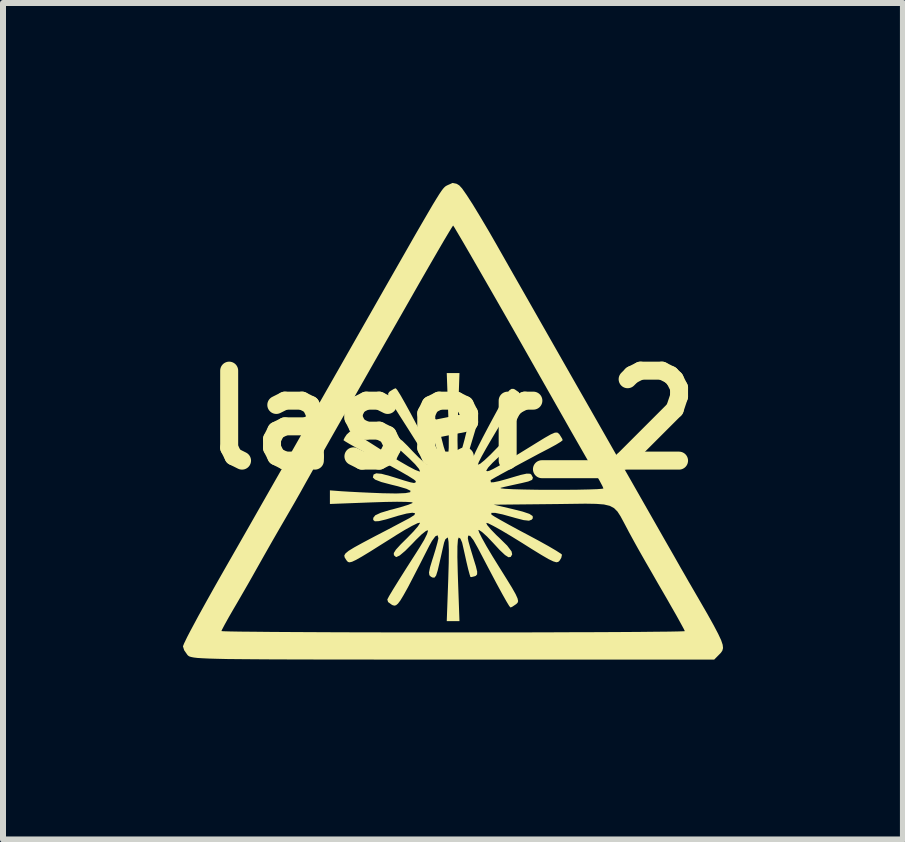
<source format=kicad_pcb>
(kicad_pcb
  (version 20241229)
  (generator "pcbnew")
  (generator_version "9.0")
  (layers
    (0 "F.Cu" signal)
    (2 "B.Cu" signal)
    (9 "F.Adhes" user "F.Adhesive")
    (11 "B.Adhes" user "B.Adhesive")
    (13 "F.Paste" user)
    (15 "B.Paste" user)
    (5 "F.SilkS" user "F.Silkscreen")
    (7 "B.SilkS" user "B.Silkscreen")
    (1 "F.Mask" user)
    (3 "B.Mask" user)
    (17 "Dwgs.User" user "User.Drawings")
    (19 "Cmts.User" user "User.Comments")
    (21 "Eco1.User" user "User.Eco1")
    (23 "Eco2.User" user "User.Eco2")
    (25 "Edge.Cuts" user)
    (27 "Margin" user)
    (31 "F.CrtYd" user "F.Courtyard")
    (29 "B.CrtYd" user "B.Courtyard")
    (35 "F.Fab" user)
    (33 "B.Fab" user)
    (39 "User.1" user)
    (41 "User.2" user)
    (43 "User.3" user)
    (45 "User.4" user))
  (footprint "laser_2"
    (layer "F.Cu")
    (at 4.485 3.951)
    (property "Reference" "laser_2" (at 0 0 0) (layer "F.SilkS") (effects (font (size 1.5 1.5) (thickness 0.3))))
    (attr board_only exclude_from_pos_files exclude_from_bom)
    (fp_poly (pts (xy 0.075 -3.938) (xy 0.122 -3.91) (xy 0.168 -3.86) (xy 0.245 -3.75) (xy 0.349 -3.589) (xy 0.474 -3.383) (xy 0.618 -3.14) (xy 0.737 -2.933) (xy 0.984 -2.498) (xy 1.239 -2.051) (xy 1.498 -1.596) (xy 1.759 -1.138) (xy 2.018 -0.683) (xy 2.274 -0.235) (xy 2.522 0.2) (xy 2.76 0.618) (xy 2.985 1.012) (xy 3.194 1.379) (xy 3.384 1.712) (xy 3.552 2.007) (xy 3.696 2.258) (xy 3.811 2.461) (xy 3.897 2.61) (xy 3.948 2.7) (xy 3.956 2.713) (xy 4.126 3.006) (xy 4.261 3.24) (xy 4.364 3.425) (xy 4.438 3.566) (xy 4.487 3.671) (xy 4.513 3.748) (xy 4.519 3.803) (xy 4.508 3.845) (xy 4.484 3.881) (xy 4.451 3.915) (xy 4.372 3.995) (xy 0.019 3.995) (xy -0.646 3.995) (xy -1.239 3.995) (xy -1.765 3.994) (xy -2.229 3.994) (xy -2.633 3.993) (xy -2.982 3.992) (xy -3.281 3.99) (xy -3.534 3.988) (xy -3.744 3.986) (xy -3.915 3.982) (xy -4.053 3.978) (xy -4.16 3.973) (xy -4.242 3.968) (xy -4.301 3.961) (xy -4.343 3.953) (xy -4.372 3.945) (xy -4.391 3.935) (xy -4.404 3.924) (xy -4.409 3.919) (xy -4.465 3.839) (xy -4.485 3.774) (xy -4.466 3.726) (xy -4.415 3.62) (xy -4.363 3.52) (xy -3.844 3.52) (xy -3.807 3.523) (xy -3.7 3.526) (xy -3.527 3.529) (xy -3.294 3.531) (xy -3.006 3.534) (xy -2.667 3.536) (xy -2.282 3.538) (xy -1.857 3.54) (xy -1.397 3.541) (xy -0.906 3.542) (xy -0.389 3.542) (xy 0.019 3.542) (xy 0.551 3.542) (xy 1.062 3.542) (xy 1.546 3.541) (xy 1.999 3.539) (xy 2.415 3.538) (xy 2.789 3.536) (xy 3.116 3.534) (xy 3.392 3.531) (xy 3.611 3.529) (xy 3.769 3.526) (xy 3.86 3.523) (xy 3.882 3.521) (xy 3.864 3.483) (xy 3.814 3.391) (xy 3.74 3.257) (xy 3.646 3.093) (xy 3.584 2.984) (xy 3.436 2.729) (xy 3.321 2.528) (xy 3.23 2.371) (xy 3.159 2.246) (xy 3.101 2.144) (xy 3.05 2.052) (xy 3 1.961) (xy 2.945 1.86) (xy 2.938 1.846) (xy 2.867 1.712) (xy 2.81 1.606) (xy 2.759 1.527) (xy 2.702 1.47) (xy 2.63 1.432) (xy 2.533 1.409) (xy 2.402 1.399) (xy 2.225 1.396) (xy 1.993 1.399) (xy 1.697 1.403) (xy 1.676 1.403) (xy 0.697 1.413) (xy 0.999 1.483) (xy 1.178 1.528) (xy 1.291 1.566) (xy 1.345 1.602) (xy 1.348 1.639) (xy 1.329 1.663) (xy 1.283 1.68) (xy 1.194 1.67) (xy 1.051 1.633) (xy 1.024 1.625) (xy 0.844 1.575) (xy 0.72 1.549) (xy 0.656 1.549) (xy 0.657 1.576) (xy 0.661 1.58) (xy 0.705 1.609) (xy 0.804 1.666) (xy 0.946 1.745) (xy 1.119 1.839) (xy 1.261 1.914) (xy 1.447 2.014) (xy 1.609 2.104) (xy 1.735 2.178) (xy 1.813 2.228) (xy 1.834 2.246) (xy 1.822 2.3) (xy 1.794 2.346) (xy 1.771 2.367) (xy 1.74 2.373) (xy 1.689 2.358) (xy 1.61 2.32) (xy 1.493 2.252) (xy 1.33 2.152) (xy 1.17 2.051) (xy 0.985 1.937) (xy 0.822 1.84) (xy 0.692 1.768) (xy 0.605 1.724) (xy 0.571 1.716) (xy 0.586 1.751) (xy 0.646 1.823) (xy 0.739 1.919) (xy 0.786 1.963) (xy 0.921 2.096) (xy 0.993 2.191) (xy 1.004 2.242) (xy 0.979 2.284) (xy 0.942 2.289) (xy 0.884 2.252) (xy 0.795 2.168) (xy 0.686 2.05) (xy 0.585 1.944) (xy 0.502 1.869) (xy 0.45 1.834) (xy 0.44 1.835) (xy 0.453 1.876) (xy 0.5 1.97) (xy 0.576 2.106) (xy 0.675 2.272) (xy 0.781 2.443) (xy 0.909 2.648) (xy 1.001 2.798) (xy 1.061 2.904) (xy 1.093 2.975) (xy 1.103 3.02) (xy 1.093 3.049) (xy 1.07 3.071) (xy 1.006 3.114) (xy 0.977 3.127) (xy 0.955 3.103) (xy 0.91 3.029) (xy 0.838 2.901) (xy 0.738 2.717) (xy 0.608 2.471) (xy 0.446 2.162) (xy 0.434 2.139) (xy 0.358 2.004) (xy 0.303 1.933) (xy 0.271 1.928) (xy 0.264 1.969) (xy 0.275 2.026) (xy 0.305 2.133) (xy 0.346 2.269) (xy 0.355 2.299) (xy 0.399 2.441) (xy 0.42 2.528) (xy 0.419 2.575) (xy 0.397 2.599) (xy 0.383 2.605) (xy 0.324 2.62) (xy 0.308 2.618) (xy 0.295 2.579) (xy 0.27 2.487) (xy 0.242 2.369) (xy 0.211 2.229) (xy 0.184 2.109) (xy 0.169 2.044) (xy 0.14 1.978) (xy 0.112 1.96) (xy 0.099 1.997) (xy 0.091 2.107) (xy 0.09 2.286) (xy 0.096 2.534) (xy 0.1 2.657) (xy 0.125 3.354) (xy 0.019 3.354) (xy -0.087 3.354) (xy -0.062 2.657) (xy -0.054 2.382) (xy -0.052 2.173) (xy -0.057 2.034) (xy -0.068 1.966) (xy -0.074 1.96) (xy -0.111 1.991) (xy -0.131 2.044) (xy -0.15 2.125) (xy -0.178 2.25) (xy -0.205 2.369) (xy -0.239 2.513) (xy -0.265 2.595) (xy -0.292 2.629) (xy -0.325 2.627) (xy -0.352 2.613) (xy -0.377 2.588) (xy -0.383 2.542) (xy -0.366 2.458) (xy -0.325 2.322) (xy -0.317 2.299) (xy -0.274 2.159) (xy -0.242 2.044) (xy -0.227 1.976) (xy -0.227 1.969) (xy -0.24 1.923) (xy -0.278 1.941) (xy -0.334 2.018) (xy -0.38 2.101) (xy -0.527 2.39) (xy -0.645 2.619) (xy -0.736 2.794) (xy -0.807 2.921) (xy -0.86 3.009) (xy -0.9 3.062) (xy -0.932 3.089) (xy -0.959 3.096) (xy -0.987 3.089) (xy -1.002 3.082) (xy -1.065 3.036) (xy -1.078 2.993) (xy -1.048 2.936) (xy -0.981 2.824) (xy -0.88 2.661) (xy -0.75 2.455) (xy -0.595 2.213) (xy -0.538 2.123) (xy -0.465 2.002) (xy -0.416 1.903) (xy -0.399 1.845) (xy -0.4 1.84) (xy -0.433 1.85) (xy -0.504 1.906) (xy -0.599 1.998) (xy -0.656 2.058) (xy -0.779 2.182) (xy -0.872 2.26) (xy -0.928 2.286) (xy -0.935 2.284) (xy -0.968 2.255) (xy -0.97 2.219) (xy -0.935 2.163) (xy -0.857 2.077) (xy -0.745 1.966) (xy -0.643 1.861) (xy -0.569 1.776) (xy -0.535 1.723) (xy -0.536 1.713) (xy -0.575 1.722) (xy -0.665 1.766) (xy -0.791 1.836) (xy -0.94 1.927) (xy -0.94 1.928) (xy -1.181 2.079) (xy -1.365 2.195) (xy -1.502 2.278) (xy -1.599 2.333) (xy -1.665 2.364) (xy -1.707 2.374) (xy -1.733 2.368) (xy -1.752 2.349) (xy -1.768 2.326) (xy -1.79 2.29) (xy -1.795 2.259) (xy -1.775 2.225) (xy -1.723 2.182) (xy -1.63 2.125) (xy -1.488 2.047) (xy -1.29 1.942) (xy -1.228 1.91) (xy -1.057 1.821) (xy -0.902 1.739) (xy -0.779 1.674) (xy -0.705 1.635) (xy -0.627 1.585) (xy -0.615 1.555) (xy -0.661 1.547) (xy -0.758 1.561) (xy -0.9 1.598) (xy -0.925 1.606) (xy -1.102 1.659) (xy -1.219 1.687) (xy -1.285 1.69) (xy -1.313 1.668) (xy -1.312 1.632) (xy -1.279 1.59) (xy -1.189 1.548) (xy -1.034 1.501) (xy -0.992 1.491) (xy -0.847 1.451) (xy -0.73 1.415) (xy -0.662 1.387) (xy -0.653 1.38) (xy -0.678 1.371) (xy -0.769 1.366) (xy -0.916 1.364) (xy -1.109 1.367) (xy -1.328 1.374) (xy -2.035 1.401) (xy -2.035 1.288) (xy -2.035 1.174) (xy -1.837 1.189) (xy -1.721 1.196) (xy -1.552 1.205) (xy -1.354 1.214) (xy -1.156 1.222) (xy -0.93 1.226) (xy -0.777 1.22) (xy -0.697 1.205) (xy -0.691 1.181) (xy -0.759 1.148) (xy -0.901 1.106) (xy -1.011 1.079) (xy -1.178 1.035) (xy -1.283 0.994) (xy -1.319 0.959) (xy -1.307 0.91) (xy -1.262 0.89) (xy -1.174 0.898) (xy -1.032 0.936) (xy -0.954 0.96) (xy -0.793 1.011) (xy -0.691 1.04) (xy -0.634 1.051) (xy -0.609 1.044) (xy -0.603 1.023) (xy -0.603 1.02) (xy -0.635 0.993) (xy -0.723 0.937) (xy -0.858 0.859) (xy -1.027 0.766) (xy -1.206 0.672) (xy -1.399 0.57) (xy -1.566 0.48) (xy -1.697 0.407) (xy -1.781 0.357) (xy -1.809 0.337) (xy -1.789 0.294) (xy -1.755 0.243) (xy -1.701 0.193) (xy -1.641 0.207) (xy -1.632 0.212) (xy -1.578 0.246) (xy -1.473 0.312) (xy -1.329 0.403) (xy -1.159 0.511) (xy -1.055 0.577) (xy -0.878 0.686) (xy -0.727 0.773) (xy -0.613 0.833) (xy -0.545 0.859) (xy -0.532 0.857) (xy -0.551 0.815) (xy -0.616 0.737) (xy -0.714 0.64) (xy -0.757 0.6) (xy -0.873 0.494) (xy -0.939 0.423) (xy -0.964 0.375) (xy -0.956 0.338) (xy -0.946 0.325) (xy -0.917 0.302) (xy -0.88 0.308) (xy -0.824 0.35) (xy -0.737 0.436) (xy -0.659 0.519) (xy -0.553 0.627) (xy -0.466 0.706) (xy -0.409 0.745) (xy -0.396 0.747) (xy -0.39 0.734) (xy -0.395 0.708) (xy -0.416 0.664) (xy -0.456 0.592) (xy -0.52 0.486) (xy -0.612 0.338) (xy -0.737 0.14) (xy -0.88 -0.084) (xy -0.976 -0.237) (xy -1.035 -0.339) (xy -1.063 -0.404) (xy -1.063 -0.444) (xy -1.042 -0.471) (xy -1.033 -0.478) (xy -0.967 -0.518) (xy -0.937 -0.528) (xy -0.91 -0.496) (xy -0.856 -0.409) (xy -0.782 -0.279) (xy -0.693 -0.117) (xy -0.656 -0.047) (xy -0.526 0.199) (xy -0.426 0.385) (xy -0.353 0.517) (xy -0.301 0.601) (xy -0.267 0.644) (xy -0.247 0.653) (xy -0.236 0.634) (xy -0.234 0.622) (xy -0.241 0.551) (xy -0.268 0.433) (xy -0.311 0.292) (xy -0.318 0.271) (xy -0.364 0.13) (xy -0.384 0.044) (xy -0.382 -0.002) (xy -0.358 -0.024) (xy -0.354 -0.026) (xy -0.308 -0.034) (xy -0.272 -0.011) (xy -0.24 0.055) (xy -0.205 0.175) (xy -0.173 0.311) (xy -0.138 0.447) (xy -0.104 0.55) (xy -0.077 0.6) (xy -0.072 0.603) (xy -0.061 0.567) (xy -0.054 0.463) (xy -0.053 0.299) (xy -0.056 0.084) (xy -0.062 -0.09) (xy -0.087 -0.782) (xy 0.019 -0.782) (xy 0.125 -0.782) (xy 0.101 -0.09) (xy 0.094 0.146) (xy 0.092 0.342) (xy 0.095 0.49) (xy 0.102 0.58) (xy 0.11 0.603) (xy 0.134 0.569) (xy 0.168 0.479) (xy 0.203 0.351) (xy 0.211 0.321) (xy 0.253 0.15) (xy 0.288 0.041) (xy 0.319 -0.017) (xy 0.354 -0.034) (xy 0.389 -0.027) (xy 0.415 -0.007) (xy 0.42 0.036) (xy 0.404 0.117) (xy 0.364 0.252) (xy 0.355 0.282) (xy 0.299 0.467) (xy 0.27 0.587) (xy 0.267 0.65) (xy 0.29 0.661) (xy 0.32 0.641) (xy 0.367 0.59) (xy 0.377 0.569) (xy 0.394 0.529) (xy 0.441 0.434) (xy 0.511 0.296) (xy 0.6 0.127) (xy 0.669 -0.002) (xy 0.778 -0.203) (xy 0.858 -0.347) (xy 0.916 -0.442) (xy 0.959 -0.496) (xy 0.993 -0.518) (xy 1.025 -0.518) (xy 1.046 -0.51) (xy 1.118 -0.46) (xy 1.119 -0.399) (xy 1.081 -0.342) (xy 1.024 -0.265) (xy 0.946 -0.147) (xy 0.853 -0.001) (xy 0.754 0.16) (xy 0.657 0.324) (xy 0.568 0.477) (xy 0.496 0.606) (xy 0.448 0.7) (xy 0.432 0.745) (xy 0.432 0.746) (xy 0.468 0.732) (xy 0.541 0.673) (xy 0.641 0.579) (xy 0.705 0.513) (xy 0.826 0.39) (xy 0.909 0.318) (xy 0.959 0.294) (xy 0.983 0.306) (xy 1.006 0.348) (xy 1.007 0.386) (xy 0.977 0.433) (xy 0.908 0.502) (xy 0.791 0.607) (xy 0.782 0.615) (xy 0.678 0.713) (xy 0.604 0.793) (xy 0.573 0.842) (xy 0.574 0.85) (xy 0.591 0.855) (xy 0.626 0.846) (xy 0.686 0.818) (xy 0.779 0.767) (xy 0.911 0.689) (xy 1.09 0.579) (xy 1.324 0.435) (xy 1.39 0.394) (xy 1.545 0.299) (xy 1.649 0.24) (xy 1.715 0.212) (xy 1.755 0.21) (xy 1.783 0.23) (xy 1.795 0.245) (xy 1.835 0.309) (xy 1.846 0.337) (xy 1.815 0.363) (xy 1.733 0.413) (xy 1.617 0.476) (xy 1.592 0.489) (xy 1.461 0.557) (xy 1.306 0.64) (xy 1.14 0.729) (xy 0.978 0.817) (xy 0.833 0.896) (xy 0.721 0.958) (xy 0.655 0.997) (xy 0.644 1.004) (xy 0.648 1.037) (xy 0.65 1.04) (xy 0.694 1.039) (xy 0.791 1.019) (xy 0.924 0.982) (xy 0.984 0.964) (xy 1.144 0.917) (xy 1.246 0.895) (xy 1.304 0.897) (xy 1.325 0.914) (xy 1.35 0.964) (xy 1.336 0.999) (xy 1.272 1.026) (xy 1.147 1.056) (xy 1.14 1.057) (xy 0.999 1.088) (xy 0.87 1.117) (xy 0.81 1.132) (xy 0.813 1.14) (xy 0.883 1.148) (xy 1.014 1.155) (xy 1.197 1.16) (xy 1.425 1.164) (xy 1.611 1.165) (xy 1.865 1.165) (xy 2.091 1.163) (xy 2.28 1.159) (xy 2.422 1.154) (xy 2.506 1.147) (xy 2.525 1.142) (xy 2.507 1.1) (xy 2.459 1.01) (xy 2.392 0.892) (xy 2.378 0.869) (xy 2.318 0.767) (xy 2.228 0.611) (xy 2.116 0.415) (xy 1.987 0.19) (xy 1.85 -0.052) (xy 1.751 -0.226) (xy 1.545 -0.589) (xy 1.339 -0.952) (xy 1.137 -1.308) (xy 0.941 -1.651) (xy 0.755 -1.976) (xy 0.582 -2.277) (xy 0.426 -2.548) (xy 0.291 -2.782) (xy 0.179 -2.975) (xy 0.094 -3.119) (xy 0.04 -3.21) (xy 0.019 -3.241) (xy -0.002 -3.21) (xy -0.055 -3.123) (xy -0.135 -2.989) (xy -0.234 -2.819) (xy -0.348 -2.622) (xy -0.388 -2.553) (xy -0.553 -2.266) (xy -0.732 -1.952) (xy -0.921 -1.621) (xy -1.117 -1.279) (xy -1.314 -0.934) (xy -1.508 -0.593) (xy -1.695 -0.264) (xy -1.871 0.045) (xy -2.032 0.328) (xy -2.172 0.576) (xy -2.289 0.782) (xy -2.377 0.939) (xy -2.433 1.038) (xy -2.438 1.047) (xy -2.523 1.2) (xy -2.628 1.385) (xy -2.734 1.568) (xy -2.764 1.62) (xy -2.882 1.823) (xy -3 2.028) (xy -3.129 2.255) (xy -3.279 2.521) (xy -3.334 2.619) (xy -3.4 2.735) (xy -3.49 2.891) (xy -3.589 3.062) (xy -3.642 3.152) (xy -3.725 3.296) (xy -3.791 3.415) (xy -3.833 3.495) (xy -3.844 3.52) (xy -4.363 3.52) (xy -4.334 3.466) (xy -4.229 3.27) (xy -4.103 3.042) (xy -3.962 2.79) (xy -3.852 2.596) (xy -3.723 2.37) (xy -3.561 2.087) (xy -3.372 1.756) (xy -3.162 1.387) (xy -2.934 0.987) (xy -2.694 0.567) (xy -2.448 0.134) (xy -2.2 -0.302) (xy -1.955 -0.732) (xy -1.867 -0.886) (xy -1.578 -1.394) (xy -1.323 -1.841) (xy -1.101 -2.231) (xy -0.909 -2.567) (xy -0.745 -2.854) (xy -0.607 -3.096) (xy -0.491 -3.296) (xy -0.396 -3.459) (xy -0.32 -3.589) (xy -0.259 -3.689) (xy -0.212 -3.764) (xy -0.175 -3.819) (xy -0.148 -3.855) (xy -0.126 -3.879) (xy -0.109 -3.894) (xy -0.093 -3.904) (xy -0.077 -3.912) (xy -0.069 -3.916) (xy 0.01 -3.951)) (stroke (width 0) (type solid)) (fill yes) (layer "F.SilkS")))
  (gr_rect
    (start -3 -3)
    (end 12.003 10.945)
    (stroke (width 0.1) (type default))
    (fill no)
    (layer "Edge.Cuts")))
</source>
